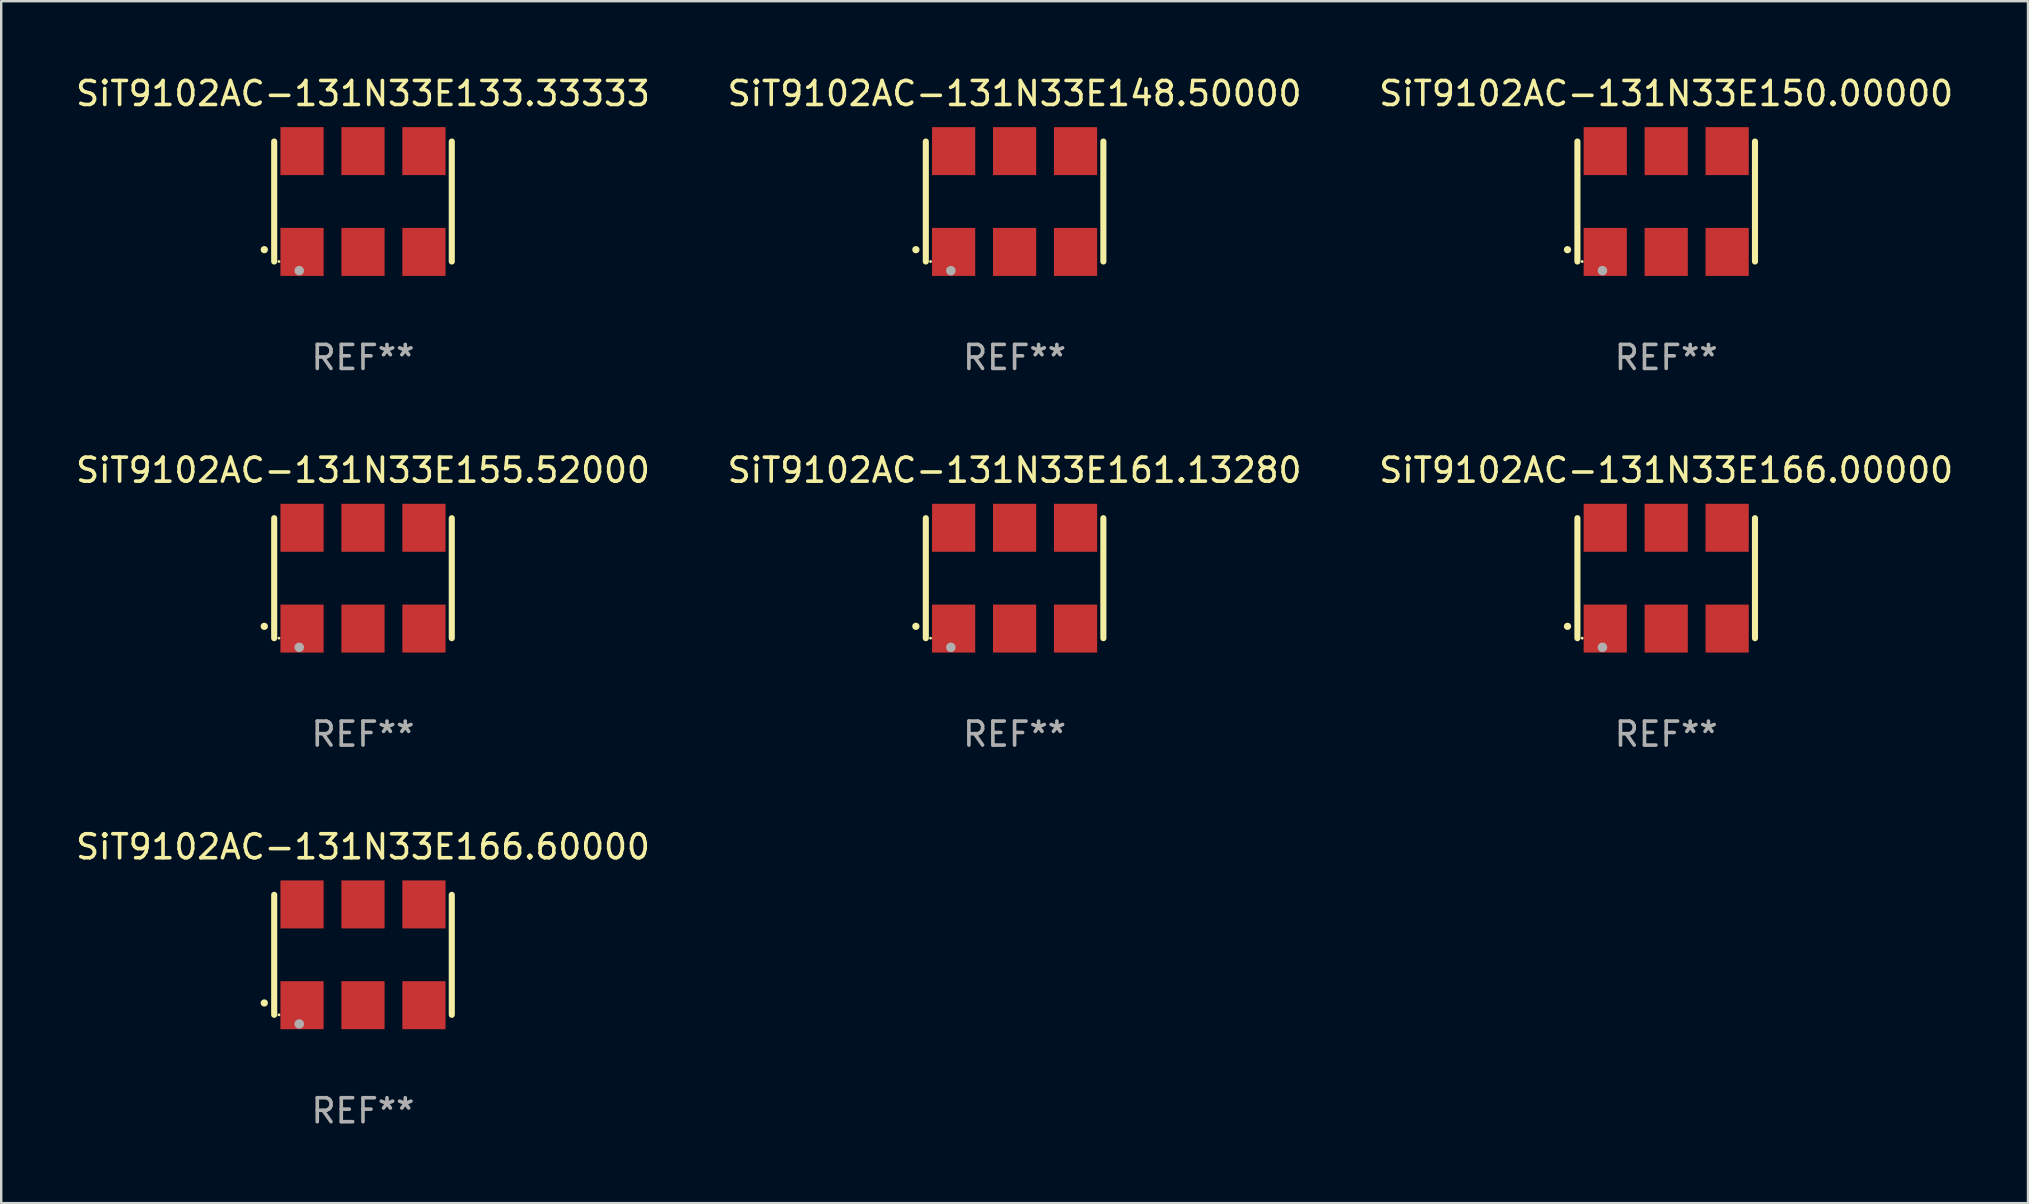
<source format=kicad_pcb>
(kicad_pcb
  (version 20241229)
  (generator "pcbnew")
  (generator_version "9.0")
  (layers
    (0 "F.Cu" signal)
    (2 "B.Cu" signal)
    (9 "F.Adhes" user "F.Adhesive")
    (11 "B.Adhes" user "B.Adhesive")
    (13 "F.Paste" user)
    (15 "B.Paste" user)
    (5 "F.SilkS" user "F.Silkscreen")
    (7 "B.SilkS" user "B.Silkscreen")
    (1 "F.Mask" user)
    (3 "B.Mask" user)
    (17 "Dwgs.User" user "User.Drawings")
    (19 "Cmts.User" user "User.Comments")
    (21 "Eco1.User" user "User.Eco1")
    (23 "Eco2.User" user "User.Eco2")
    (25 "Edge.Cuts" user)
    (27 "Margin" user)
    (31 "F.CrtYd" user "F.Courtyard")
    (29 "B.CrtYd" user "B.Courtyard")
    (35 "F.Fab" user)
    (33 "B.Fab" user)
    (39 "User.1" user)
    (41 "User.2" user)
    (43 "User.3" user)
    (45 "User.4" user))
  (footprint "SiT9102AC-131N33E166.00000"
    (layer "F.Cu")
    (at 66.387 21.045)
    (property "Reference" "SiT9102AC-131N33E166.00000" (at 0 -4.5 0) (layer "F.SilkS") (effects (font (size 1 1) (thickness 0.15))))
    (attr through_hole)
    (fp_line (start -3.7 -2.5) (end -3.7 2.5) (stroke (width 0.254) (type solid)) (layer "F.SilkS"))
    (fp_line (start 3.7 -2.5) (end 3.7 2.5) (stroke (width 0.254) (type solid)) (layer "F.SilkS"))
    (fp_arc (start -4.114415 2.006604) (mid -4.113145 2.006599) (end -4.111875 2.006604) (stroke (width 0.3) (type solid)) (layer "F.SilkS"))
    (fp_circle (center -3.502 2.5) (end -3.472 2.5) (stroke (width 0.06) (type solid)) (fill no) (layer "F.SilkS"))
    (fp_circle (center -2.657 2.882) (end -2.557 2.882) (stroke (width 0.2) (type solid)) (fill no) (layer "F.Fab"))
    (fp_text user "REF**" (at 0 6.5 0) (layer "F.Fab") (effects (font (size 1 1) (thickness 0.15))))
    (pad "1" smd rect (at -2.54 2.1) (size 1.8 2) (layers "F.Cu" "F.Mask" "F.Paste"))
    (pad "2" smd rect (at 0.000394 2.1) (size 1.8 2) (layers "F.Cu" "F.Mask" "F.Paste"))
    (pad "3" smd rect (at 2.54 2.1) (size 1.8 2) (layers "F.Cu" "F.Mask" "F.Paste"))
    (pad "4" smd rect (at 2.54 -2.1) (size 1.8 2) (layers "F.Cu" "F.Mask" "F.Paste"))
    (pad "5" smd rect (at 0.000394 -2.1) (size 1.8 2) (layers "F.Cu" "F.Mask" "F.Paste"))
    (pad "6" smd rect (at -2.54 -2.1) (size 1.8 2) (layers "F.Cu" "F.Mask" "F.Paste")))
  (footprint "SiT9102AC-131N33E148.50000"
    (layer "F.Cu")
    (at 39.232 5.348)
    (property "Reference" "SiT9102AC-131N33E148.50000" (at 0 -4.5 0) (layer "F.SilkS") (effects (font (size 1 1) (thickness 0.15))))
    (attr through_hole)
    (fp_line (start -3.7 -2.5) (end -3.7 2.5) (stroke (width 0.254) (type solid)) (layer "F.SilkS"))
    (fp_line (start 3.7 -2.5) (end 3.7 2.5) (stroke (width 0.254) (type solid)) (layer "F.SilkS"))
    (fp_arc (start -4.114415 2.006604) (mid -4.113145 2.006599) (end -4.111875 2.006604) (stroke (width 0.3) (type solid)) (layer "F.SilkS"))
    (fp_circle (center -3.502 2.5) (end -3.472 2.5) (stroke (width 0.06) (type solid)) (fill no) (layer "F.SilkS"))
    (fp_circle (center -2.657 2.882) (end -2.557 2.882) (stroke (width 0.2) (type solid)) (fill no) (layer "F.Fab"))
    (fp_text user "REF**" (at 0 6.5 0) (layer "F.Fab") (effects (font (size 1 1) (thickness 0.15))))
    (pad "1" smd rect (at -2.54 2.1) (size 1.8 2) (layers "F.Cu" "F.Mask" "F.Paste"))
    (pad "2" smd rect (at 0.000394 2.1) (size 1.8 2) (layers "F.Cu" "F.Mask" "F.Paste"))
    (pad "3" smd rect (at 2.54 2.1) (size 1.8 2) (layers "F.Cu" "F.Mask" "F.Paste"))
    (pad "4" smd rect (at 2.54 -2.1) (size 1.8 2) (layers "F.Cu" "F.Mask" "F.Paste"))
    (pad "5" smd rect (at 0.000394 -2.1) (size 1.8 2) (layers "F.Cu" "F.Mask" "F.Paste"))
    (pad "6" smd rect (at -2.54 -2.1) (size 1.8 2) (layers "F.Cu" "F.Mask" "F.Paste")))
  (footprint "SiT9102AC-131N33E161.13280"
    (layer "F.Cu")
    (at 39.232 21.045)
    (property "Reference" "SiT9102AC-131N33E161.13280" (at 0 -4.5 0) (layer "F.SilkS") (effects (font (size 1 1) (thickness 0.15))))
    (attr through_hole)
    (fp_line (start -3.7 -2.5) (end -3.7 2.5) (stroke (width 0.254) (type solid)) (layer "F.SilkS"))
    (fp_line (start 3.7 -2.5) (end 3.7 2.5) (stroke (width 0.254) (type solid)) (layer "F.SilkS"))
    (fp_arc (start -4.114415 2.006604) (mid -4.113145 2.006599) (end -4.111875 2.006604) (stroke (width 0.3) (type solid)) (layer "F.SilkS"))
    (fp_circle (center -3.502 2.5) (end -3.472 2.5) (stroke (width 0.06) (type solid)) (fill no) (layer "F.SilkS"))
    (fp_circle (center -2.657 2.882) (end -2.557 2.882) (stroke (width 0.2) (type solid)) (fill no) (layer "F.Fab"))
    (fp_text user "REF**" (at 0 6.5 0) (layer "F.Fab") (effects (font (size 1 1) (thickness 0.15))))
    (pad "1" smd rect (at -2.54 2.1) (size 1.8 2) (layers "F.Cu" "F.Mask" "F.Paste"))
    (pad "2" smd rect (at 0.000394 2.1) (size 1.8 2) (layers "F.Cu" "F.Mask" "F.Paste"))
    (pad "3" smd rect (at 2.54 2.1) (size 1.8 2) (layers "F.Cu" "F.Mask" "F.Paste"))
    (pad "4" smd rect (at 2.54 -2.1) (size 1.8 2) (layers "F.Cu" "F.Mask" "F.Paste"))
    (pad "5" smd rect (at 0.000394 -2.1) (size 1.8 2) (layers "F.Cu" "F.Mask" "F.Paste"))
    (pad "6" smd rect (at -2.54 -2.1) (size 1.8 2) (layers "F.Cu" "F.Mask" "F.Paste")))
  (footprint "SiT9102AC-131N33E155.52000"
    (layer "F.Cu")
    (at 12.077 21.045)
    (property "Reference" "SiT9102AC-131N33E155.52000" (at 0 -4.5 0) (layer "F.SilkS") (effects (font (size 1 1) (thickness 0.15))))
    (attr through_hole)
    (fp_line (start -3.7 -2.5) (end -3.7 2.5) (stroke (width 0.254) (type solid)) (layer "F.SilkS"))
    (fp_line (start 3.7 -2.5) (end 3.7 2.5) (stroke (width 0.254) (type solid)) (layer "F.SilkS"))
    (fp_arc (start -4.114415 2.006604) (mid -4.113145 2.006599) (end -4.111875 2.006604) (stroke (width 0.3) (type solid)) (layer "F.SilkS"))
    (fp_circle (center -3.502 2.5) (end -3.472 2.5) (stroke (width 0.06) (type solid)) (fill no) (layer "F.SilkS"))
    (fp_circle (center -2.657 2.882) (end -2.557 2.882) (stroke (width 0.2) (type solid)) (fill no) (layer "F.Fab"))
    (fp_text user "REF**" (at 0 6.5 0) (layer "F.Fab") (effects (font (size 1 1) (thickness 0.15))))
    (pad "1" smd rect (at -2.54 2.1) (size 1.8 2) (layers "F.Cu" "F.Mask" "F.Paste"))
    (pad "2" smd rect (at 0.000394 2.1) (size 1.8 2) (layers "F.Cu" "F.Mask" "F.Paste"))
    (pad "3" smd rect (at 2.54 2.1) (size 1.8 2) (layers "F.Cu" "F.Mask" "F.Paste"))
    (pad "4" smd rect (at 2.54 -2.1) (size 1.8 2) (layers "F.Cu" "F.Mask" "F.Paste"))
    (pad "5" smd rect (at 0.000394 -2.1) (size 1.8 2) (layers "F.Cu" "F.Mask" "F.Paste"))
    (pad "6" smd rect (at -2.54 -2.1) (size 1.8 2) (layers "F.Cu" "F.Mask" "F.Paste")))
  (footprint "SiT9102AC-131N33E133.33333"
    (layer "F.Cu")
    (at 12.077 5.348)
    (property "Reference" "SiT9102AC-131N33E133.33333" (at 0 -4.5 0) (layer "F.SilkS") (effects (font (size 1 1) (thickness 0.15))))
    (attr through_hole)
    (fp_line (start -3.7 -2.5) (end -3.7 2.5) (stroke (width 0.254) (type solid)) (layer "F.SilkS"))
    (fp_line (start 3.7 -2.5) (end 3.7 2.5) (stroke (width 0.254) (type solid)) (layer "F.SilkS"))
    (fp_arc (start -4.114415 2.006604) (mid -4.113145 2.006599) (end -4.111875 2.006604) (stroke (width 0.3) (type solid)) (layer "F.SilkS"))
    (fp_circle (center -3.502 2.5) (end -3.472 2.5) (stroke (width 0.06) (type solid)) (fill no) (layer "F.SilkS"))
    (fp_circle (center -2.657 2.882) (end -2.557 2.882) (stroke (width 0.2) (type solid)) (fill no) (layer "F.Fab"))
    (fp_text user "REF**" (at 0 6.5 0) (layer "F.Fab") (effects (font (size 1 1) (thickness 0.15))))
    (pad "1" smd rect (at -2.54 2.1) (size 1.8 2) (layers "F.Cu" "F.Mask" "F.Paste"))
    (pad "2" smd rect (at 0.000394 2.1) (size 1.8 2) (layers "F.Cu" "F.Mask" "F.Paste"))
    (pad "3" smd rect (at 2.54 2.1) (size 1.8 2) (layers "F.Cu" "F.Mask" "F.Paste"))
    (pad "4" smd rect (at 2.54 -2.1) (size 1.8 2) (layers "F.Cu" "F.Mask" "F.Paste"))
    (pad "5" smd rect (at 0.000394 -2.1) (size 1.8 2) (layers "F.Cu" "F.Mask" "F.Paste"))
    (pad "6" smd rect (at -2.54 -2.1) (size 1.8 2) (layers "F.Cu" "F.Mask" "F.Paste")))
  (footprint "SiT9102AC-131N33E150.00000"
    (layer "F.Cu")
    (at 66.387 5.348)
    (property "Reference" "SiT9102AC-131N33E150.00000" (at 0 -4.5 0) (layer "F.SilkS") (effects (font (size 1 1) (thickness 0.15))))
    (attr through_hole)
    (fp_line (start -3.7 -2.5) (end -3.7 2.5) (stroke (width 0.254) (type solid)) (layer "F.SilkS"))
    (fp_line (start 3.7 -2.5) (end 3.7 2.5) (stroke (width 0.254) (type solid)) (layer "F.SilkS"))
    (fp_arc (start -4.114415 2.006604) (mid -4.113145 2.006599) (end -4.111875 2.006604) (stroke (width 0.3) (type solid)) (layer "F.SilkS"))
    (fp_circle (center -3.502 2.5) (end -3.472 2.5) (stroke (width 0.06) (type solid)) (fill no) (layer "F.SilkS"))
    (fp_circle (center -2.657 2.882) (end -2.557 2.882) (stroke (width 0.2) (type solid)) (fill no) (layer "F.Fab"))
    (fp_text user "REF**" (at 0 6.5 0) (layer "F.Fab") (effects (font (size 1 1) (thickness 0.15))))
    (pad "1" smd rect (at -2.54 2.1) (size 1.8 2) (layers "F.Cu" "F.Mask" "F.Paste"))
    (pad "2" smd rect (at 0.000394 2.1) (size 1.8 2) (layers "F.Cu" "F.Mask" "F.Paste"))
    (pad "3" smd rect (at 2.54 2.1) (size 1.8 2) (layers "F.Cu" "F.Mask" "F.Paste"))
    (pad "4" smd rect (at 2.54 -2.1) (size 1.8 2) (layers "F.Cu" "F.Mask" "F.Paste"))
    (pad "5" smd rect (at 0.000394 -2.1) (size 1.8 2) (layers "F.Cu" "F.Mask" "F.Paste"))
    (pad "6" smd rect (at -2.54 -2.1) (size 1.8 2) (layers "F.Cu" "F.Mask" "F.Paste")))
  (footprint "SiT9102AC-131N33E166.60000"
    (layer "F.Cu")
    (at 12.077 36.741)
    (property "Reference" "SiT9102AC-131N33E166.60000" (at 0 -4.5 0) (layer "F.SilkS") (effects (font (size 1 1) (thickness 0.15))))
    (attr through_hole)
    (fp_line (start -3.7 -2.5) (end -3.7 2.5) (stroke (width 0.254) (type solid)) (layer "F.SilkS"))
    (fp_line (start 3.7 -2.5) (end 3.7 2.5) (stroke (width 0.254) (type solid)) (layer "F.SilkS"))
    (fp_arc (start -4.114415 2.006604) (mid -4.113145 2.006599) (end -4.111875 2.006604) (stroke (width 0.3) (type solid)) (layer "F.SilkS"))
    (fp_circle (center -3.502 2.5) (end -3.472 2.5) (stroke (width 0.06) (type solid)) (fill no) (layer "F.SilkS"))
    (fp_circle (center -2.657 2.882) (end -2.557 2.882) (stroke (width 0.2) (type solid)) (fill no) (layer "F.Fab"))
    (fp_text user "REF**" (at 0 6.5 0) (layer "F.Fab") (effects (font (size 1 1) (thickness 0.15))))
    (pad "1" smd rect (at -2.54 2.1) (size 1.8 2) (layers "F.Cu" "F.Mask" "F.Paste"))
    (pad "2" smd rect (at 0.000394 2.1) (size 1.8 2) (layers "F.Cu" "F.Mask" "F.Paste"))
    (pad "3" smd rect (at 2.54 2.1) (size 1.8 2) (layers "F.Cu" "F.Mask" "F.Paste"))
    (pad "4" smd rect (at 2.54 -2.1) (size 1.8 2) (layers "F.Cu" "F.Mask" "F.Paste"))
    (pad "5" smd rect (at 0.000394 -2.1) (size 1.8 2) (layers "F.Cu" "F.Mask" "F.Paste"))
    (pad "6" smd rect (at -2.54 -2.1) (size 1.8 2) (layers "F.Cu" "F.Mask" "F.Paste")))
  (gr_rect
    (start -3 -3)
    (end 81.464 47.09)
    (stroke (width 0.1) (type default))
    (fill no)
    (layer "Edge.Cuts")))
</source>
